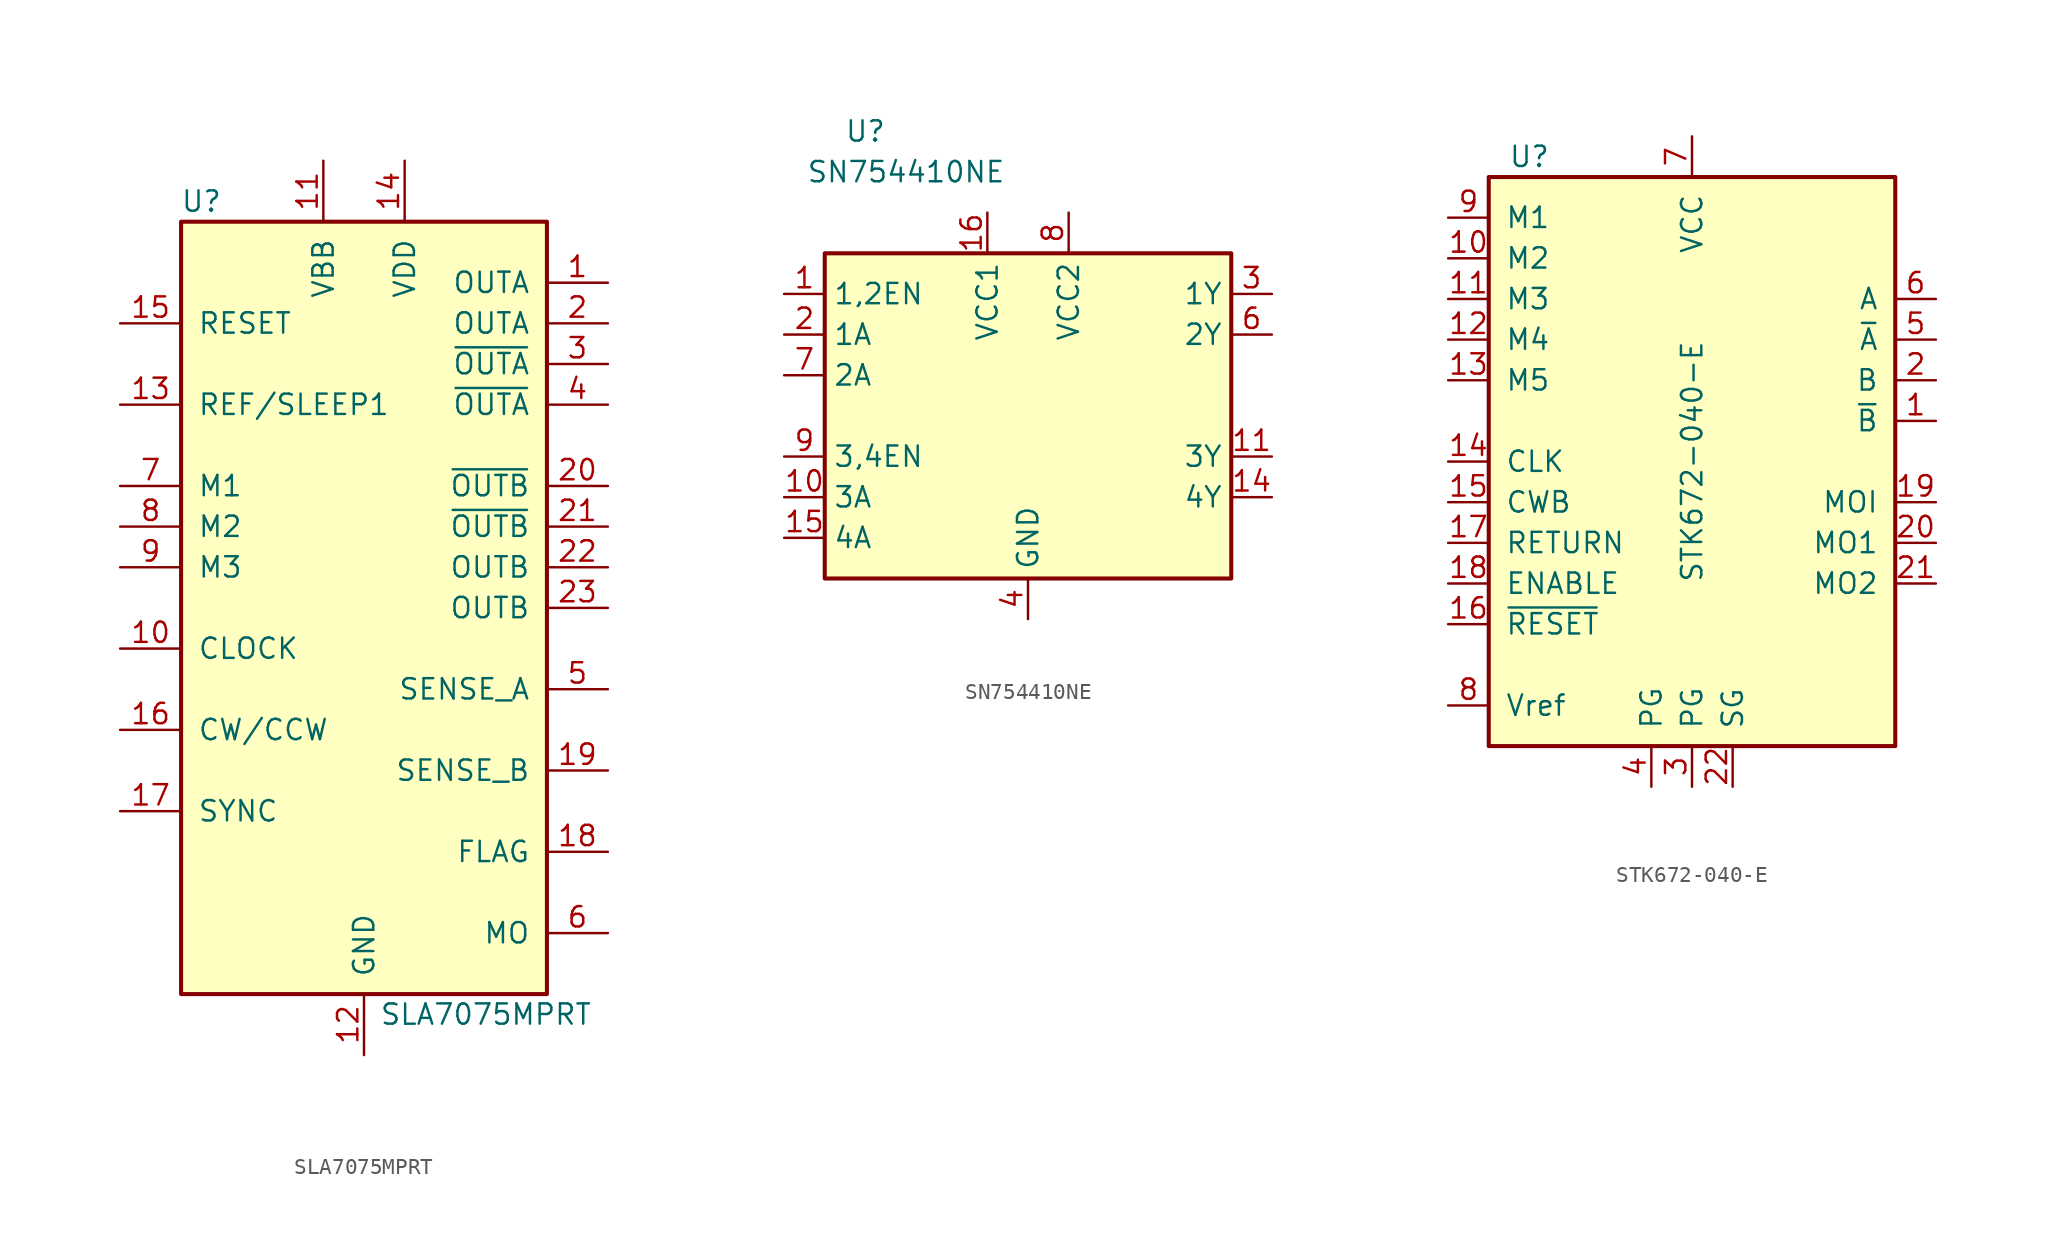
<source format=kicad_sym>
(kicad_symbol_lib
  (version 20220914)
  (generator kicad_symbol_editor)
  (symbol "SLA7075MPRT"
    (pin_names
      (offset 1.016))
    (property "Reference" "U"
      (at -10.16 25.4 0)
      (effects (font (size 1.27 1.27))))
    (property "Value" "SLA7075MPRT"
      (at 7.62 -25.4 0)
      (effects (font (size 1.27 1.27))))
    (symbol "SLA7075MPRT_0_1"
      (rectangle (start -11.43 24.13) (end 11.43 -24.13) (stroke (width 0.254) (type default)) (fill (type background))))
    (symbol "SLA7075MPRT_1_1"
      (pin output line (at 15.24 20.32 180) (length 3.81) (name "OUTA" (effects (font (size 1.27 1.27)))) (number "1" (effects (font (size 1.27 1.27)))))
      (pin input line (at -15.24 -2.54 0) (length 3.81) (name "CLOCK" (effects (font (size 1.27 1.27)))) (number "10" (effects (font (size 1.27 1.27)))))
      (pin power_in line (at -2.54 27.94 270) (length 3.81) (name "VBB" (effects (font (size 1.27 1.27)))) (number "11" (effects (font (size 1.27 1.27)))))
      (pin power_in line (at 0 -27.94 90) (length 3.81) (name "GND" (effects (font (size 1.27 1.27)))) (number "12" (effects (font (size 1.27 1.27)))))
      (pin input line (at -15.24 12.7 0) (length 3.81) (name "REF/SLEEP1" (effects (font (size 1.27 1.27)))) (number "13" (effects (font (size 1.27 1.27)))))
      (pin power_in line (at 2.54 27.94 270) (length 3.81) (name "VDD" (effects (font (size 1.27 1.27)))) (number "14" (effects (font (size 1.27 1.27)))))
      (pin input line (at -15.24 17.78 0) (length 3.81) (name "RESET" (effects (font (size 1.27 1.27)))) (number "15" (effects (font (size 1.27 1.27)))))
      (pin input line (at -15.24 -7.62 0) (length 3.81) (name "CW/CCW" (effects (font (size 1.27 1.27)))) (number "16" (effects (font (size 1.27 1.27)))))
      (pin input line (at -15.24 -12.7 0) (length 3.81) (name "SYNC" (effects (font (size 1.27 1.27)))) (number "17" (effects (font (size 1.27 1.27)))))
      (pin output line (at 15.24 -15.24 180) (length 3.81) (name "FLAG" (effects (font (size 1.27 1.27)))) (number "18" (effects (font (size 1.27 1.27)))))
      (pin output line (at 15.24 -10.16 180) (length 3.81) (name "SENSE_B" (effects (font (size 1.27 1.27)))) (number "19" (effects (font (size 1.27 1.27)))))
      (pin output line (at 15.24 17.78 180) (length 3.81) (name "OUTA" (effects (font (size 1.27 1.27)))) (number "2" (effects (font (size 1.27 1.27)))))
      (pin output line (at 15.24 7.62 180) (length 3.81) (name "~{OUTB}" (effects (font (size 1.27 1.27)))) (number "20" (effects (font (size 1.27 1.27)))))
      (pin output line (at 15.24 5.08 180) (length 3.81) (name "~{OUTB}" (effects (font (size 1.27 1.27)))) (number "21" (effects (font (size 1.27 1.27)))))
      (pin output line (at 15.24 2.54 180) (length 3.81) (name "OUTB" (effects (font (size 1.27 1.27)))) (number "22" (effects (font (size 1.27 1.27)))))
      (pin output line (at 15.24 0 180) (length 3.81) (name "OUTB" (effects (font (size 1.27 1.27)))) (number "23" (effects (font (size 1.27 1.27)))))
      (pin output line (at 15.24 15.24 180) (length 3.81) (name "~{OUTA}" (effects (font (size 1.27 1.27)))) (number "3" (effects (font (size 1.27 1.27)))))
      (pin output line (at 15.24 12.7 180) (length 3.81) (name "~{OUTA}" (effects (font (size 1.27 1.27)))) (number "4" (effects (font (size 1.27 1.27)))))
      (pin output line (at 15.24 -5.08 180) (length 3.81) (name "SENSE_A" (effects (font (size 1.27 1.27)))) (number "5" (effects (font (size 1.27 1.27)))))
      (pin output line (at 15.24 -20.32 180) (length 3.81) (name "MO" (effects (font (size 1.27 1.27)))) (number "6" (effects (font (size 1.27 1.27)))))
      (pin input line (at -15.24 7.62 0) (length 3.81) (name "M1" (effects (font (size 1.27 1.27)))) (number "7" (effects (font (size 1.27 1.27)))))
      (pin input line (at -15.24 5.08 0) (length 3.81) (name "M2" (effects (font (size 1.27 1.27)))) (number "8" (effects (font (size 1.27 1.27)))))
      (pin input line (at -15.24 2.54 0) (length 3.81) (name "M3" (effects (font (size 1.27 1.27)))) (number "9" (effects (font (size 1.27 1.27)))))))
  (symbol "SN754410NE"
    (property "Reference" "U"
      (at -10.16 17.78 0)
      (effects (font (size 1.27 1.27))))
    (property "Value" "SN754410NE"
      (at -7.62 15.24 0)
      (effects (font (size 1.27 1.27))))
    (symbol "SN754410NE_0_1"
      (rectangle (start -12.7 10.16) (end 12.7 -10.16) (stroke (width 0.254) (type default)) (fill (type background))))
    (symbol "SN754410NE_1_1"
      (pin input line (at -15.24 7.62 0) (length 2.54) (name "1,2EN" (effects (font (size 1.27 1.27)))) (number "1" (effects (font (size 1.27 1.27)))))
      (pin input line (at -15.24 -5.08 0) (length 2.54) (name "3A" (effects (font (size 1.27 1.27)))) (number "10" (effects (font (size 1.27 1.27)))))
      (pin output line (at 15.24 -2.54 180) (length 2.54) (name "3Y" (effects (font (size 1.27 1.27)))) (number "11" (effects (font (size 1.27 1.27)))))
      (pin passive line (at 0 -12.7 90) (length 2.54) hide (name "GND" (effects (font (size 1.27 1.27)))) (number "12" (effects (font (size 1.27 1.27)))))
      (pin passive line (at 0 -12.7 90) (length 2.54) hide (name "GND" (effects (font (size 1.27 1.27)))) (number "13" (effects (font (size 1.27 1.27)))))
      (pin output line (at 15.24 -5.08 180) (length 2.54) (name "4Y" (effects (font (size 1.27 1.27)))) (number "14" (effects (font (size 1.27 1.27)))))
      (pin input line (at -15.24 -7.62 0) (length 2.54) (name "4A" (effects (font (size 1.27 1.27)))) (number "15" (effects (font (size 1.27 1.27)))))
      (pin power_in line (at -2.54 12.7 270) (length 2.54) (name "VCC1" (effects (font (size 1.27 1.27)))) (number "16" (effects (font (size 1.27 1.27)))))
      (pin input line (at -15.24 5.08 0) (length 2.54) (name "1A" (effects (font (size 1.27 1.27)))) (number "2" (effects (font (size 1.27 1.27)))))
      (pin output line (at 15.24 7.62 180) (length 2.54) (name "1Y" (effects (font (size 1.27 1.27)))) (number "3" (effects (font (size 1.27 1.27)))))
      (pin power_in line (at 0 -12.7 90) (length 2.54) (name "GND" (effects (font (size 1.27 1.27)))) (number "4" (effects (font (size 1.27 1.27)))))
      (pin passive line (at 0 -12.7 90) (length 2.54) hide (name "GND" (effects (font (size 1.27 1.27)))) (number "5" (effects (font (size 1.27 1.27)))))
      (pin output line (at 15.24 5.08 180) (length 2.54) (name "2Y" (effects (font (size 1.27 1.27)))) (number "6" (effects (font (size 1.27 1.27)))))
      (pin input line (at -15.24 2.54 0) (length 2.54) (name "2A" (effects (font (size 1.27 1.27)))) (number "7" (effects (font (size 1.27 1.27)))))
      (pin power_in line (at 2.54 12.7 270) (length 2.54) (name "VCC2" (effects (font (size 1.27 1.27)))) (number "8" (effects (font (size 1.27 1.27)))))
      (pin input line (at -15.24 -2.54 0) (length 2.54) (name "3,4EN" (effects (font (size 1.27 1.27)))) (number "9" (effects (font (size 1.27 1.27)))))))
  (symbol "STK672-040-E"
    (pin_names
      (offset 1.016))
    (property "Reference" "U"
      (at -10.16 19.05 0)
      (effects (font (size 1.27 1.27))))
    (property "Value" "STK672-040-E"
      (at 0 0 90)
      (effects (font (size 1.27 1.27))))
    (symbol "STK672-040-E_0_1"
      (rectangle (start -12.7 17.78) (end 12.7 -17.78) (stroke (width 0.254) (type default)) (fill (type background))))
    (symbol "STK672-040-E_1_1"
      (pin output line (at 15.24 2.54 180) (length 2.54) (name "~{B}" (effects (font (size 1.27 1.27)))) (number "1" (effects (font (size 1.27 1.27)))))
      (pin input line (at -15.24 12.7 0) (length 2.54) (name "M2" (effects (font (size 1.27 1.27)))) (number "10" (effects (font (size 1.27 1.27)))))
      (pin input line (at -15.24 10.16 0) (length 2.54) (name "M3" (effects (font (size 1.27 1.27)))) (number "11" (effects (font (size 1.27 1.27)))))
      (pin input line (at -15.24 7.62 0) (length 2.54) (name "M4" (effects (font (size 1.27 1.27)))) (number "12" (effects (font (size 1.27 1.27)))))
      (pin input line (at -15.24 5.08 0) (length 2.54) (name "M5" (effects (font (size 1.27 1.27)))) (number "13" (effects (font (size 1.27 1.27)))))
      (pin input line (at -15.24 0 0) (length 2.54) (name "CLK" (effects (font (size 1.27 1.27)))) (number "14" (effects (font (size 1.27 1.27)))))
      (pin input line (at -15.24 -2.54 0) (length 2.54) (name "CWB" (effects (font (size 1.27 1.27)))) (number "15" (effects (font (size 1.27 1.27)))))
      (pin input line (at -15.24 -10.16 0) (length 2.54) (name "~{RESET}" (effects (font (size 1.27 1.27)))) (number "16" (effects (font (size 1.27 1.27)))))
      (pin input line (at -15.24 -5.08 0) (length 2.54) (name "RETURN" (effects (font (size 1.27 1.27)))) (number "17" (effects (font (size 1.27 1.27)))))
      (pin input line (at -15.24 -7.62 0) (length 2.54) (name "ENABLE" (effects (font (size 1.27 1.27)))) (number "18" (effects (font (size 1.27 1.27)))))
      (pin output line (at 15.24 -2.54 180) (length 2.54) (name "MOI" (effects (font (size 1.27 1.27)))) (number "19" (effects (font (size 1.27 1.27)))))
      (pin output line (at 15.24 5.08 180) (length 2.54) (name "B" (effects (font (size 1.27 1.27)))) (number "2" (effects (font (size 1.27 1.27)))))
      (pin output line (at 15.24 -5.08 180) (length 2.54) (name "MO1" (effects (font (size 1.27 1.27)))) (number "20" (effects (font (size 1.27 1.27)))))
      (pin output line (at 15.24 -7.62 180) (length 2.54) (name "MO2" (effects (font (size 1.27 1.27)))) (number "21" (effects (font (size 1.27 1.27)))))
      (pin power_in line (at 2.54 -20.32 90) (length 2.54) (name "SG" (effects (font (size 1.27 1.27)))) (number "22" (effects (font (size 1.27 1.27)))))
      (pin power_in line (at 0 -20.32 90) (length 2.54) (name "PG" (effects (font (size 1.27 1.27)))) (number "3" (effects (font (size 1.27 1.27)))))
      (pin power_in line (at -2.54 -20.32 90) (length 2.54) (name "PG" (effects (font (size 1.27 1.27)))) (number "4" (effects (font (size 1.27 1.27)))))
      (pin output line (at 15.24 7.62 180) (length 2.54) (name "~{A}" (effects (font (size 1.27 1.27)))) (number "5" (effects (font (size 1.27 1.27)))))
      (pin output line (at 15.24 10.16 180) (length 2.54) (name "A" (effects (font (size 1.27 1.27)))) (number "6" (effects (font (size 1.27 1.27)))))
      (pin power_in line (at 0 20.32 270) (length 2.54) (name "VCC" (effects (font (size 1.27 1.27)))) (number "7" (effects (font (size 1.27 1.27)))))
      (pin input line (at -15.24 -15.24 0) (length 2.54) (name "Vref" (effects (font (size 1.27 1.27)))) (number "8" (effects (font (size 1.27 1.27)))))
      (pin input line (at -15.24 15.24 0) (length 2.54) (name "M1" (effects (font (size 1.27 1.27)))) (number "9" (effects (font (size 1.27 1.27))))))))
</source>
